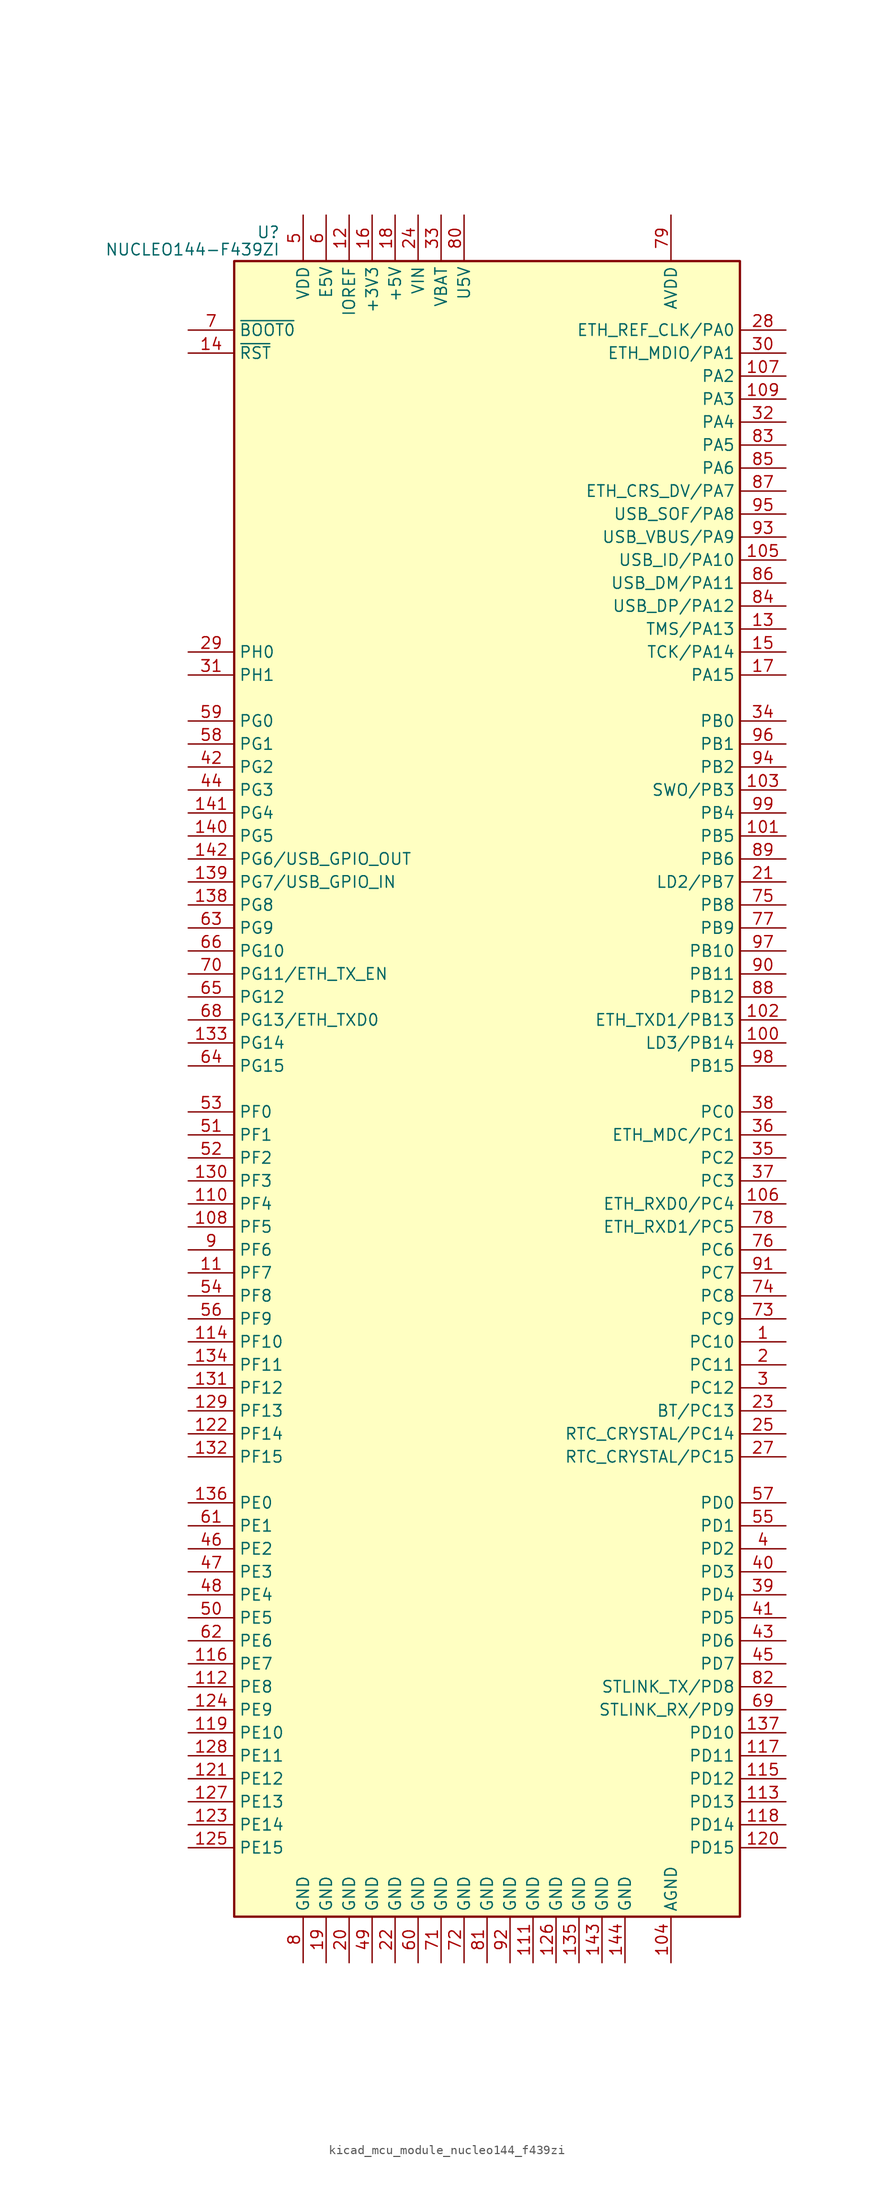
<source format=kicad_sym>
(kicad_symbol_lib
  (version 20220914)
  (generator kicad_symbol_editor)
  (symbol "kicad_mcu_module_nucleo144_f439zi"
    (property "Reference" "U"
      (at -22.86 94.615 0)
      (effects (font (size 1.27 1.27)) (justify right)))
    (property "Value" "NUCLEO144-F439ZI"
      (at -22.86 92.71 0)
      (effects (font (size 1.27 1.27)) (justify right)))
    (symbol "kicad_mcu_module_nucleo144_f439zi_0_1"
      (rectangle (start -27.94 -91.44) (end 27.94 91.44) (stroke (width 0.254) (type default)) (fill (type background))))
    (symbol "kicad_mcu_module_nucleo144_f439zi_1_1"
      (pin bidirectional line (at 33.02 -27.94 180) (length 5.08) (name "PC10" (effects (font (size 1.27 1.27)))) (number "1" (effects (font (size 1.27 1.27)))))
      (pin no_connect line (at -27.94 55.88 0) (length 5.08) hide (name "NC" (effects (font (size 1.27 1.27)))) (number "10" (effects (font (size 1.27 1.27)))))
      (pin bidirectional line (at 33.02 5.08 180) (length 5.08) (name "LD3/PB14" (effects (font (size 1.27 1.27)))) (number "100" (effects (font (size 1.27 1.27)))))
      (pin bidirectional line (at 33.02 27.94 180) (length 5.08) (name "PB5" (effects (font (size 1.27 1.27)))) (number "101" (effects (font (size 1.27 1.27)))))
      (pin bidirectional line (at 33.02 7.62 180) (length 5.08) (name "ETH_TXD1/PB13" (effects (font (size 1.27 1.27)))) (number "102" (effects (font (size 1.27 1.27)))))
      (pin bidirectional line (at 33.02 33.02 180) (length 5.08) (name "SWO/PB3" (effects (font (size 1.27 1.27)))) (number "103" (effects (font (size 1.27 1.27)))))
      (pin power_in line (at 20.32 -96.52 90) (length 5.08) (name "AGND" (effects (font (size 1.27 1.27)))) (number "104" (effects (font (size 1.27 1.27)))))
      (pin bidirectional line (at 33.02 58.42 180) (length 5.08) (name "USB_ID/PA10" (effects (font (size 1.27 1.27)))) (number "105" (effects (font (size 1.27 1.27)))))
      (pin bidirectional line (at 33.02 -12.7 180) (length 5.08) (name "ETH_RXD0/PC4" (effects (font (size 1.27 1.27)))) (number "106" (effects (font (size 1.27 1.27)))))
      (pin bidirectional line (at 33.02 78.74 180) (length 5.08) (name "PA2" (effects (font (size 1.27 1.27)))) (number "107" (effects (font (size 1.27 1.27)))))
      (pin bidirectional line (at -33.02 -15.24 0) (length 5.08) (name "PF5" (effects (font (size 1.27 1.27)))) (number "108" (effects (font (size 1.27 1.27)))))
      (pin bidirectional line (at 33.02 76.2 180) (length 5.08) (name "PA3" (effects (font (size 1.27 1.27)))) (number "109" (effects (font (size 1.27 1.27)))))
      (pin bidirectional line (at -33.02 -20.32 0) (length 5.08) (name "PF7" (effects (font (size 1.27 1.27)))) (number "11" (effects (font (size 1.27 1.27)))))
      (pin bidirectional line (at -33.02 -12.7 0) (length 5.08) (name "PF4" (effects (font (size 1.27 1.27)))) (number "110" (effects (font (size 1.27 1.27)))))
      (pin power_in line (at 5.08 -96.52 90) (length 5.08) (name "GND" (effects (font (size 1.27 1.27)))) (number "111" (effects (font (size 1.27 1.27)))))
      (pin bidirectional line (at -33.02 -66.04 0) (length 5.08) (name "PE8" (effects (font (size 1.27 1.27)))) (number "112" (effects (font (size 1.27 1.27)))))
      (pin bidirectional line (at 33.02 -78.74 180) (length 5.08) (name "PD13" (effects (font (size 1.27 1.27)))) (number "113" (effects (font (size 1.27 1.27)))))
      (pin bidirectional line (at -33.02 -27.94 0) (length 5.08) (name "PF10" (effects (font (size 1.27 1.27)))) (number "114" (effects (font (size 1.27 1.27)))))
      (pin bidirectional line (at 33.02 -76.2 180) (length 5.08) (name "PD12" (effects (font (size 1.27 1.27)))) (number "115" (effects (font (size 1.27 1.27)))))
      (pin bidirectional line (at -33.02 -63.5 0) (length 5.08) (name "PE7" (effects (font (size 1.27 1.27)))) (number "116" (effects (font (size 1.27 1.27)))))
      (pin bidirectional line (at 33.02 -73.66 180) (length 5.08) (name "PD11" (effects (font (size 1.27 1.27)))) (number "117" (effects (font (size 1.27 1.27)))))
      (pin bidirectional line (at 33.02 -81.28 180) (length 5.08) (name "PD14" (effects (font (size 1.27 1.27)))) (number "118" (effects (font (size 1.27 1.27)))))
      (pin bidirectional line (at -33.02 -71.12 0) (length 5.08) (name "PE10" (effects (font (size 1.27 1.27)))) (number "119" (effects (font (size 1.27 1.27)))))
      (pin power_in line (at -15.24 96.52 270) (length 5.08) (name "IOREF" (effects (font (size 1.27 1.27)))) (number "12" (effects (font (size 1.27 1.27)))))
      (pin bidirectional line (at 33.02 -83.82 180) (length 5.08) (name "PD15" (effects (font (size 1.27 1.27)))) (number "120" (effects (font (size 1.27 1.27)))))
      (pin bidirectional line (at -33.02 -76.2 0) (length 5.08) (name "PE12" (effects (font (size 1.27 1.27)))) (number "121" (effects (font (size 1.27 1.27)))))
      (pin bidirectional line (at -33.02 -38.1 0) (length 5.08) (name "PF14" (effects (font (size 1.27 1.27)))) (number "122" (effects (font (size 1.27 1.27)))))
      (pin bidirectional line (at -33.02 -81.28 0) (length 5.08) (name "PE14" (effects (font (size 1.27 1.27)))) (number "123" (effects (font (size 1.27 1.27)))))
      (pin bidirectional line (at -33.02 -68.58 0) (length 5.08) (name "PE9" (effects (font (size 1.27 1.27)))) (number "124" (effects (font (size 1.27 1.27)))))
      (pin bidirectional line (at -33.02 -83.82 0) (length 5.08) (name "PE15" (effects (font (size 1.27 1.27)))) (number "125" (effects (font (size 1.27 1.27)))))
      (pin power_in line (at 7.62 -96.52 90) (length 5.08) (name "GND" (effects (font (size 1.27 1.27)))) (number "126" (effects (font (size 1.27 1.27)))))
      (pin bidirectional line (at -33.02 -78.74 0) (length 5.08) (name "PE13" (effects (font (size 1.27 1.27)))) (number "127" (effects (font (size 1.27 1.27)))))
      (pin bidirectional line (at -33.02 -73.66 0) (length 5.08) (name "PE11" (effects (font (size 1.27 1.27)))) (number "128" (effects (font (size 1.27 1.27)))))
      (pin bidirectional line (at -33.02 -35.56 0) (length 5.08) (name "PF13" (effects (font (size 1.27 1.27)))) (number "129" (effects (font (size 1.27 1.27)))))
      (pin bidirectional line (at 33.02 50.8 180) (length 5.08) (name "TMS/PA13" (effects (font (size 1.27 1.27)))) (number "13" (effects (font (size 1.27 1.27)))))
      (pin bidirectional line (at -33.02 -10.16 0) (length 5.08) (name "PF3" (effects (font (size 1.27 1.27)))) (number "130" (effects (font (size 1.27 1.27)))))
      (pin bidirectional line (at -33.02 -33.02 0) (length 5.08) (name "PF12" (effects (font (size 1.27 1.27)))) (number "131" (effects (font (size 1.27 1.27)))))
      (pin bidirectional line (at -33.02 -40.64 0) (length 5.08) (name "PF15" (effects (font (size 1.27 1.27)))) (number "132" (effects (font (size 1.27 1.27)))))
      (pin bidirectional line (at -33.02 5.08 0) (length 5.08) (name "PG14" (effects (font (size 1.27 1.27)))) (number "133" (effects (font (size 1.27 1.27)))))
      (pin bidirectional line (at -33.02 -30.48 0) (length 5.08) (name "PF11" (effects (font (size 1.27 1.27)))) (number "134" (effects (font (size 1.27 1.27)))))
      (pin power_in line (at 10.16 -96.52 90) (length 5.08) (name "GND" (effects (font (size 1.27 1.27)))) (number "135" (effects (font (size 1.27 1.27)))))
      (pin bidirectional line (at -33.02 -45.72 0) (length 5.08) (name "PE0" (effects (font (size 1.27 1.27)))) (number "136" (effects (font (size 1.27 1.27)))))
      (pin bidirectional line (at 33.02 -71.12 180) (length 5.08) (name "PD10" (effects (font (size 1.27 1.27)))) (number "137" (effects (font (size 1.27 1.27)))))
      (pin bidirectional line (at -33.02 20.32 0) (length 5.08) (name "PG8" (effects (font (size 1.27 1.27)))) (number "138" (effects (font (size 1.27 1.27)))))
      (pin bidirectional line (at -33.02 22.86 0) (length 5.08) (name "PG7/USB_GPIO_IN" (effects (font (size 1.27 1.27)))) (number "139" (effects (font (size 1.27 1.27)))))
      (pin input line (at -33.02 81.28 0) (length 5.08) (name "~{RST}" (effects (font (size 1.27 1.27)))) (number "14" (effects (font (size 1.27 1.27)))))
      (pin bidirectional line (at -33.02 27.94 0) (length 5.08) (name "PG5" (effects (font (size 1.27 1.27)))) (number "140" (effects (font (size 1.27 1.27)))))
      (pin bidirectional line (at -33.02 30.48 0) (length 5.08) (name "PG4" (effects (font (size 1.27 1.27)))) (number "141" (effects (font (size 1.27 1.27)))))
      (pin bidirectional line (at -33.02 25.4 0) (length 5.08) (name "PG6/USB_GPIO_OUT" (effects (font (size 1.27 1.27)))) (number "142" (effects (font (size 1.27 1.27)))))
      (pin power_in line (at 12.7 -96.52 90) (length 5.08) (name "GND" (effects (font (size 1.27 1.27)))) (number "143" (effects (font (size 1.27 1.27)))))
      (pin power_in line (at 15.24 -96.52 90) (length 5.08) (name "GND" (effects (font (size 1.27 1.27)))) (number "144" (effects (font (size 1.27 1.27)))))
      (pin bidirectional line (at 33.02 48.26 180) (length 5.08) (name "TCK/PA14" (effects (font (size 1.27 1.27)))) (number "15" (effects (font (size 1.27 1.27)))))
      (pin power_in line (at -12.7 96.52 270) (length 5.08) (name "+3V3" (effects (font (size 1.27 1.27)))) (number "16" (effects (font (size 1.27 1.27)))))
      (pin bidirectional line (at 33.02 45.72 180) (length 5.08) (name "PA15" (effects (font (size 1.27 1.27)))) (number "17" (effects (font (size 1.27 1.27)))))
      (pin power_in line (at -10.16 96.52 270) (length 5.08) (name "+5V" (effects (font (size 1.27 1.27)))) (number "18" (effects (font (size 1.27 1.27)))))
      (pin power_in line (at -17.78 -96.52 90) (length 5.08) (name "GND" (effects (font (size 1.27 1.27)))) (number "19" (effects (font (size 1.27 1.27)))))
      (pin bidirectional line (at 33.02 -30.48 180) (length 5.08) (name "PC11" (effects (font (size 1.27 1.27)))) (number "2" (effects (font (size 1.27 1.27)))))
      (pin power_in line (at -15.24 -96.52 90) (length 5.08) (name "GND" (effects (font (size 1.27 1.27)))) (number "20" (effects (font (size 1.27 1.27)))))
      (pin bidirectional line (at 33.02 22.86 180) (length 5.08) (name "LD2/PB7" (effects (font (size 1.27 1.27)))) (number "21" (effects (font (size 1.27 1.27)))))
      (pin power_in line (at -10.16 -96.52 90) (length 5.08) (name "GND" (effects (font (size 1.27 1.27)))) (number "22" (effects (font (size 1.27 1.27)))))
      (pin bidirectional line (at 33.02 -35.56 180) (length 5.08) (name "BT/PC13" (effects (font (size 1.27 1.27)))) (number "23" (effects (font (size 1.27 1.27)))))
      (pin power_in line (at -7.62 96.52 270) (length 5.08) (name "VIN" (effects (font (size 1.27 1.27)))) (number "24" (effects (font (size 1.27 1.27)))))
      (pin bidirectional line (at 33.02 -38.1 180) (length 5.08) (name "RTC_CRYSTAL/PC14" (effects (font (size 1.27 1.27)))) (number "25" (effects (font (size 1.27 1.27)))))
      (pin no_connect line (at -27.94 58.42 0) (length 5.08) hide (name "NC" (effects (font (size 1.27 1.27)))) (number "26" (effects (font (size 1.27 1.27)))))
      (pin bidirectional line (at 33.02 -40.64 180) (length 5.08) (name "RTC_CRYSTAL/PC15" (effects (font (size 1.27 1.27)))) (number "27" (effects (font (size 1.27 1.27)))))
      (pin bidirectional line (at 33.02 83.82 180) (length 5.08) (name "ETH_REF_CLK/PA0" (effects (font (size 1.27 1.27)))) (number "28" (effects (font (size 1.27 1.27)))))
      (pin bidirectional line (at -33.02 48.26 0) (length 5.08) (name "PH0" (effects (font (size 1.27 1.27)))) (number "29" (effects (font (size 1.27 1.27)))))
      (pin bidirectional line (at 33.02 -33.02 180) (length 5.08) (name "PC12" (effects (font (size 1.27 1.27)))) (number "3" (effects (font (size 1.27 1.27)))))
      (pin bidirectional line (at 33.02 81.28 180) (length 5.08) (name "ETH_MDIO/PA1" (effects (font (size 1.27 1.27)))) (number "30" (effects (font (size 1.27 1.27)))))
      (pin bidirectional line (at -33.02 45.72 0) (length 5.08) (name "PH1" (effects (font (size 1.27 1.27)))) (number "31" (effects (font (size 1.27 1.27)))))
      (pin bidirectional line (at 33.02 73.66 180) (length 5.08) (name "PA4" (effects (font (size 1.27 1.27)))) (number "32" (effects (font (size 1.27 1.27)))))
      (pin power_in line (at -5.08 96.52 270) (length 5.08) (name "VBAT" (effects (font (size 1.27 1.27)))) (number "33" (effects (font (size 1.27 1.27)))))
      (pin bidirectional line (at 33.02 40.64 180) (length 5.08) (name "PB0" (effects (font (size 1.27 1.27)))) (number "34" (effects (font (size 1.27 1.27)))))
      (pin bidirectional line (at 33.02 -7.62 180) (length 5.08) (name "PC2" (effects (font (size 1.27 1.27)))) (number "35" (effects (font (size 1.27 1.27)))))
      (pin bidirectional line (at 33.02 -5.08 180) (length 5.08) (name "ETH_MDC/PC1" (effects (font (size 1.27 1.27)))) (number "36" (effects (font (size 1.27 1.27)))))
      (pin bidirectional line (at 33.02 -10.16 180) (length 5.08) (name "PC3" (effects (font (size 1.27 1.27)))) (number "37" (effects (font (size 1.27 1.27)))))
      (pin bidirectional line (at 33.02 -2.54 180) (length 5.08) (name "PC0" (effects (font (size 1.27 1.27)))) (number "38" (effects (font (size 1.27 1.27)))))
      (pin bidirectional line (at 33.02 -55.88 180) (length 5.08) (name "PD4" (effects (font (size 1.27 1.27)))) (number "39" (effects (font (size 1.27 1.27)))))
      (pin bidirectional line (at 33.02 -50.8 180) (length 5.08) (name "PD2" (effects (font (size 1.27 1.27)))) (number "4" (effects (font (size 1.27 1.27)))))
      (pin bidirectional line (at 33.02 -53.34 180) (length 5.08) (name "PD3" (effects (font (size 1.27 1.27)))) (number "40" (effects (font (size 1.27 1.27)))))
      (pin bidirectional line (at 33.02 -58.42 180) (length 5.08) (name "PD5" (effects (font (size 1.27 1.27)))) (number "41" (effects (font (size 1.27 1.27)))))
      (pin bidirectional line (at -33.02 35.56 0) (length 5.08) (name "PG2" (effects (font (size 1.27 1.27)))) (number "42" (effects (font (size 1.27 1.27)))))
      (pin bidirectional line (at 33.02 -60.96 180) (length 5.08) (name "PD6" (effects (font (size 1.27 1.27)))) (number "43" (effects (font (size 1.27 1.27)))))
      (pin bidirectional line (at -33.02 33.02 0) (length 5.08) (name "PG3" (effects (font (size 1.27 1.27)))) (number "44" (effects (font (size 1.27 1.27)))))
      (pin bidirectional line (at 33.02 -63.5 180) (length 5.08) (name "PD7" (effects (font (size 1.27 1.27)))) (number "45" (effects (font (size 1.27 1.27)))))
      (pin bidirectional line (at -33.02 -50.8 0) (length 5.08) (name "PE2" (effects (font (size 1.27 1.27)))) (number "46" (effects (font (size 1.27 1.27)))))
      (pin bidirectional line (at -33.02 -53.34 0) (length 5.08) (name "PE3" (effects (font (size 1.27 1.27)))) (number "47" (effects (font (size 1.27 1.27)))))
      (pin bidirectional line (at -33.02 -55.88 0) (length 5.08) (name "PE4" (effects (font (size 1.27 1.27)))) (number "48" (effects (font (size 1.27 1.27)))))
      (pin power_in line (at -12.7 -96.52 90) (length 5.08) (name "GND" (effects (font (size 1.27 1.27)))) (number "49" (effects (font (size 1.27 1.27)))))
      (pin power_in line (at -20.32 96.52 270) (length 5.08) (name "VDD" (effects (font (size 1.27 1.27)))) (number "5" (effects (font (size 1.27 1.27)))))
      (pin bidirectional line (at -33.02 -58.42 0) (length 5.08) (name "PE5" (effects (font (size 1.27 1.27)))) (number "50" (effects (font (size 1.27 1.27)))))
      (pin bidirectional line (at -33.02 -5.08 0) (length 5.08) (name "PF1" (effects (font (size 1.27 1.27)))) (number "51" (effects (font (size 1.27 1.27)))))
      (pin bidirectional line (at -33.02 -7.62 0) (length 5.08) (name "PF2" (effects (font (size 1.27 1.27)))) (number "52" (effects (font (size 1.27 1.27)))))
      (pin bidirectional line (at -33.02 -2.54 0) (length 5.08) (name "PF0" (effects (font (size 1.27 1.27)))) (number "53" (effects (font (size 1.27 1.27)))))
      (pin bidirectional line (at -33.02 -22.86 0) (length 5.08) (name "PF8" (effects (font (size 1.27 1.27)))) (number "54" (effects (font (size 1.27 1.27)))))
      (pin bidirectional line (at 33.02 -48.26 180) (length 5.08) (name "PD1" (effects (font (size 1.27 1.27)))) (number "55" (effects (font (size 1.27 1.27)))))
      (pin bidirectional line (at -33.02 -25.4 0) (length 5.08) (name "PF9" (effects (font (size 1.27 1.27)))) (number "56" (effects (font (size 1.27 1.27)))))
      (pin bidirectional line (at 33.02 -45.72 180) (length 5.08) (name "PD0" (effects (font (size 1.27 1.27)))) (number "57" (effects (font (size 1.27 1.27)))))
      (pin bidirectional line (at -33.02 38.1 0) (length 5.08) (name "PG1" (effects (font (size 1.27 1.27)))) (number "58" (effects (font (size 1.27 1.27)))))
      (pin bidirectional line (at -33.02 40.64 0) (length 5.08) (name "PG0" (effects (font (size 1.27 1.27)))) (number "59" (effects (font (size 1.27 1.27)))))
      (pin power_in line (at -17.78 96.52 270) (length 5.08) (name "E5V" (effects (font (size 1.27 1.27)))) (number "6" (effects (font (size 1.27 1.27)))))
      (pin power_in line (at -7.62 -96.52 90) (length 5.08) (name "GND" (effects (font (size 1.27 1.27)))) (number "60" (effects (font (size 1.27 1.27)))))
      (pin bidirectional line (at -33.02 -48.26 0) (length 5.08) (name "PE1" (effects (font (size 1.27 1.27)))) (number "61" (effects (font (size 1.27 1.27)))))
      (pin bidirectional line (at -33.02 -60.96 0) (length 5.08) (name "PE6" (effects (font (size 1.27 1.27)))) (number "62" (effects (font (size 1.27 1.27)))))
      (pin bidirectional line (at -33.02 17.78 0) (length 5.08) (name "PG9" (effects (font (size 1.27 1.27)))) (number "63" (effects (font (size 1.27 1.27)))))
      (pin bidirectional line (at -33.02 2.54 0) (length 5.08) (name "PG15" (effects (font (size 1.27 1.27)))) (number "64" (effects (font (size 1.27 1.27)))))
      (pin bidirectional line (at -33.02 10.16 0) (length 5.08) (name "PG12" (effects (font (size 1.27 1.27)))) (number "65" (effects (font (size 1.27 1.27)))))
      (pin bidirectional line (at -33.02 15.24 0) (length 5.08) (name "PG10" (effects (font (size 1.27 1.27)))) (number "66" (effects (font (size 1.27 1.27)))))
      (pin no_connect line (at -27.94 53.34 0) (length 5.08) hide (name "NC" (effects (font (size 1.27 1.27)))) (number "67" (effects (font (size 1.27 1.27)))))
      (pin bidirectional line (at -33.02 7.62 0) (length 5.08) (name "PG13/ETH_TXD0" (effects (font (size 1.27 1.27)))) (number "68" (effects (font (size 1.27 1.27)))))
      (pin bidirectional line (at 33.02 -68.58 180) (length 5.08) (name "STLINK_RX/PD9" (effects (font (size 1.27 1.27)))) (number "69" (effects (font (size 1.27 1.27)))))
      (pin input line (at -33.02 83.82 0) (length 5.08) (name "~{BOOT0}" (effects (font (size 1.27 1.27)))) (number "7" (effects (font (size 1.27 1.27)))))
      (pin bidirectional line (at -33.02 12.7 0) (length 5.08) (name "PG11/ETH_TX_EN" (effects (font (size 1.27 1.27)))) (number "70" (effects (font (size 1.27 1.27)))))
      (pin power_in line (at -5.08 -96.52 90) (length 5.08) (name "GND" (effects (font (size 1.27 1.27)))) (number "71" (effects (font (size 1.27 1.27)))))
      (pin power_in line (at -2.54 -96.52 90) (length 5.08) (name "GND" (effects (font (size 1.27 1.27)))) (number "72" (effects (font (size 1.27 1.27)))))
      (pin bidirectional line (at 33.02 -25.4 180) (length 5.08) (name "PC9" (effects (font (size 1.27 1.27)))) (number "73" (effects (font (size 1.27 1.27)))))
      (pin bidirectional line (at 33.02 -22.86 180) (length 5.08) (name "PC8" (effects (font (size 1.27 1.27)))) (number "74" (effects (font (size 1.27 1.27)))))
      (pin bidirectional line (at 33.02 20.32 180) (length 5.08) (name "PB8" (effects (font (size 1.27 1.27)))) (number "75" (effects (font (size 1.27 1.27)))))
      (pin bidirectional line (at 33.02 -17.78 180) (length 5.08) (name "PC6" (effects (font (size 1.27 1.27)))) (number "76" (effects (font (size 1.27 1.27)))))
      (pin bidirectional line (at 33.02 17.78 180) (length 5.08) (name "PB9" (effects (font (size 1.27 1.27)))) (number "77" (effects (font (size 1.27 1.27)))))
      (pin bidirectional line (at 33.02 -15.24 180) (length 5.08) (name "ETH_RXD1/PC5" (effects (font (size 1.27 1.27)))) (number "78" (effects (font (size 1.27 1.27)))))
      (pin power_in line (at 20.32 96.52 270) (length 5.08) (name "AVDD" (effects (font (size 1.27 1.27)))) (number "79" (effects (font (size 1.27 1.27)))))
      (pin power_in line (at -20.32 -96.52 90) (length 5.08) (name "GND" (effects (font (size 1.27 1.27)))) (number "8" (effects (font (size 1.27 1.27)))))
      (pin power_in line (at -2.54 96.52 270) (length 5.08) (name "U5V" (effects (font (size 1.27 1.27)))) (number "80" (effects (font (size 1.27 1.27)))))
      (pin power_in line (at 0 -96.52 90) (length 5.08) (name "GND" (effects (font (size 1.27 1.27)))) (number "81" (effects (font (size 1.27 1.27)))))
      (pin bidirectional line (at 33.02 -66.04 180) (length 5.08) (name "STLINK_TX/PD8" (effects (font (size 1.27 1.27)))) (number "82" (effects (font (size 1.27 1.27)))))
      (pin bidirectional line (at 33.02 71.12 180) (length 5.08) (name "PA5" (effects (font (size 1.27 1.27)))) (number "83" (effects (font (size 1.27 1.27)))))
      (pin bidirectional line (at 33.02 53.34 180) (length 5.08) (name "USB_DP/PA12" (effects (font (size 1.27 1.27)))) (number "84" (effects (font (size 1.27 1.27)))))
      (pin bidirectional line (at 33.02 68.58 180) (length 5.08) (name "PA6" (effects (font (size 1.27 1.27)))) (number "85" (effects (font (size 1.27 1.27)))))
      (pin bidirectional line (at 33.02 55.88 180) (length 5.08) (name "USB_DM/PA11" (effects (font (size 1.27 1.27)))) (number "86" (effects (font (size 1.27 1.27)))))
      (pin bidirectional line (at 33.02 66.04 180) (length 5.08) (name "ETH_CRS_DV/PA7" (effects (font (size 1.27 1.27)))) (number "87" (effects (font (size 1.27 1.27)))))
      (pin bidirectional line (at 33.02 10.16 180) (length 5.08) (name "PB12" (effects (font (size 1.27 1.27)))) (number "88" (effects (font (size 1.27 1.27)))))
      (pin bidirectional line (at 33.02 25.4 180) (length 5.08) (name "PB6" (effects (font (size 1.27 1.27)))) (number "89" (effects (font (size 1.27 1.27)))))
      (pin bidirectional line (at -33.02 -17.78 0) (length 5.08) (name "PF6" (effects (font (size 1.27 1.27)))) (number "9" (effects (font (size 1.27 1.27)))))
      (pin bidirectional line (at 33.02 12.7 180) (length 5.08) (name "PB11" (effects (font (size 1.27 1.27)))) (number "90" (effects (font (size 1.27 1.27)))))
      (pin bidirectional line (at 33.02 -20.32 180) (length 5.08) (name "PC7" (effects (font (size 1.27 1.27)))) (number "91" (effects (font (size 1.27 1.27)))))
      (pin power_in line (at 2.54 -96.52 90) (length 5.08) (name "GND" (effects (font (size 1.27 1.27)))) (number "92" (effects (font (size 1.27 1.27)))))
      (pin bidirectional line (at 33.02 60.96 180) (length 5.08) (name "USB_VBUS/PA9" (effects (font (size 1.27 1.27)))) (number "93" (effects (font (size 1.27 1.27)))))
      (pin bidirectional line (at 33.02 35.56 180) (length 5.08) (name "PB2" (effects (font (size 1.27 1.27)))) (number "94" (effects (font (size 1.27 1.27)))))
      (pin bidirectional line (at 33.02 63.5 180) (length 5.08) (name "USB_SOF/PA8" (effects (font (size 1.27 1.27)))) (number "95" (effects (font (size 1.27 1.27)))))
      (pin bidirectional line (at 33.02 38.1 180) (length 5.08) (name "PB1" (effects (font (size 1.27 1.27)))) (number "96" (effects (font (size 1.27 1.27)))))
      (pin bidirectional line (at 33.02 15.24 180) (length 5.08) (name "PB10" (effects (font (size 1.27 1.27)))) (number "97" (effects (font (size 1.27 1.27)))))
      (pin bidirectional line (at 33.02 2.54 180) (length 5.08) (name "PB15" (effects (font (size 1.27 1.27)))) (number "98" (effects (font (size 1.27 1.27)))))
      (pin bidirectional line (at 33.02 30.48 180) (length 5.08) (name "PB4" (effects (font (size 1.27 1.27)))) (number "99" (effects (font (size 1.27 1.27))))))))
</source>
